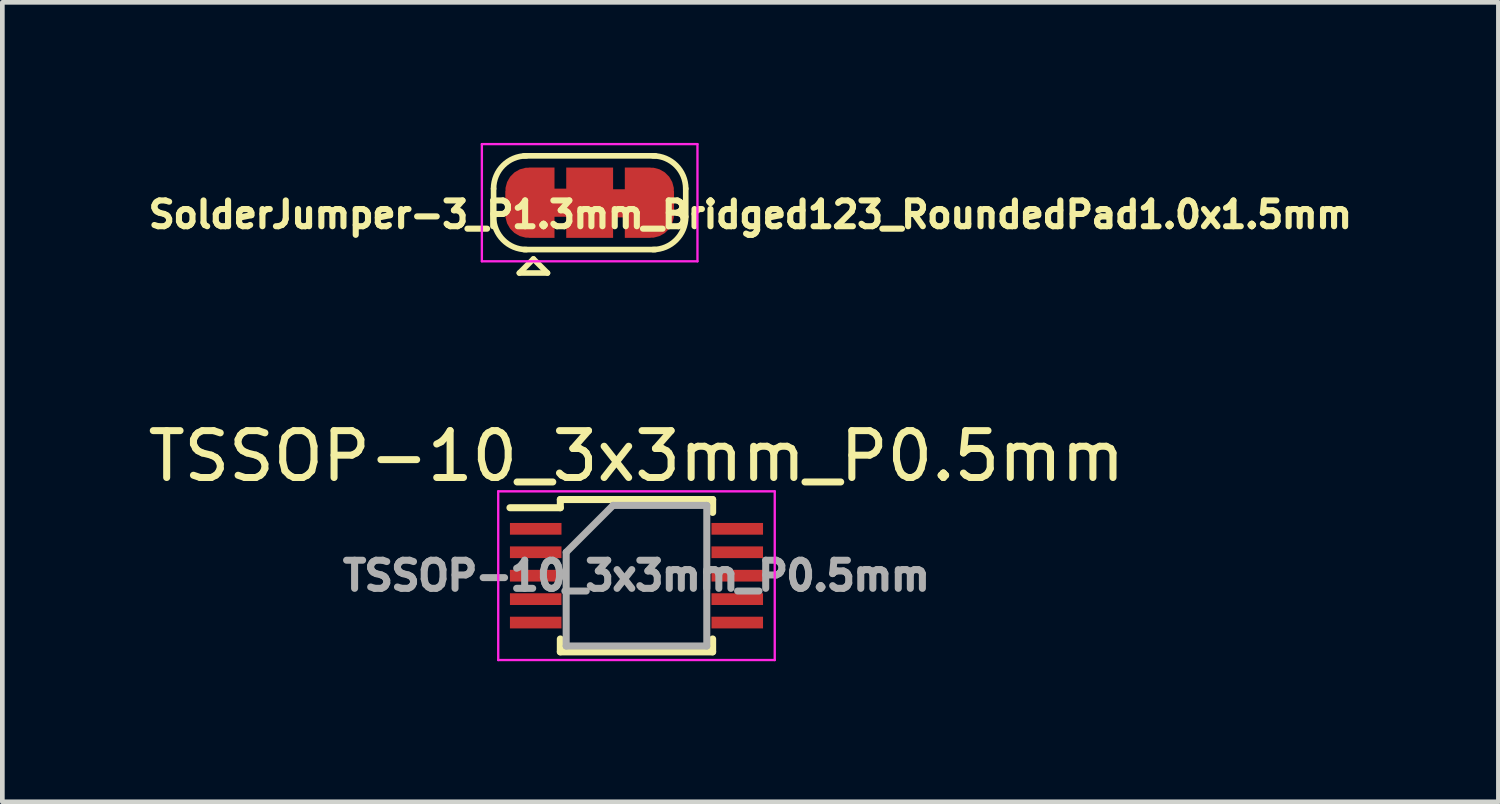
<source format=kicad_pcb>
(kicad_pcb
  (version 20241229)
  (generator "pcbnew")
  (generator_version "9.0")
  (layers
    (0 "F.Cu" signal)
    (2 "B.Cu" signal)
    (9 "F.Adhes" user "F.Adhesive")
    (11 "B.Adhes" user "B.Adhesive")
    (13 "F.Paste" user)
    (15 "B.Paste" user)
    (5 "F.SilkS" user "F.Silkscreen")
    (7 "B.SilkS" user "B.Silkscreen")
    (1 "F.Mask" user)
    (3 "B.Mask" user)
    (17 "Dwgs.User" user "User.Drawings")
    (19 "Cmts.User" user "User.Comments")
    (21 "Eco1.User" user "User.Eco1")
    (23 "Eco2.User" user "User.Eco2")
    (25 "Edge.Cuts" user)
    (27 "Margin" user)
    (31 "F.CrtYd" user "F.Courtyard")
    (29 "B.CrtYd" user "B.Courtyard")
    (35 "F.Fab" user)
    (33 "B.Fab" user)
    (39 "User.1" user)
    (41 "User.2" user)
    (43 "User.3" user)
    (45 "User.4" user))
  (footprint "SolderJumper-3_P1.3mm_Bridged123_RoundedPad1.0x1.5mm"
    (layer "F.Cu")
    (at 9.531 1.275)
    (property "Reference" "SolderJumper-3_P1.3mm_Bridged123_RoundedPad1.0x1.5mm" (at 3.429 0.254 0) (layer "F.SilkS") (effects (font (size 0.55 0.55) (thickness 0.13))))
    (attr exclude_from_pos_files exclude_from_bom)
    (fp_poly (pts (xy -0.9 -0.3) (xy -0.4 -0.3) (xy -0.4 0.3) (xy -0.9 0.3)) (stroke (width 0) (type solid)) (fill yes) (layer "F.Cu"))
    (fp_poly (pts (xy 0.383 -0.287) (xy 0.883 -0.287) (xy 0.883 0.313) (xy 0.383 0.313)) (stroke (width 0) (type solid)) (fill yes) (layer "F.Cu"))
    (fp_line (start -2.05 0.3) (end -2.05 -0.3) (stroke (width 0.12) (type solid)) (layer "F.SilkS"))
    (fp_line (start -1.5 1.5) (end -0.9 1.5) (stroke (width 0.12) (type solid)) (layer "F.SilkS"))
    (fp_line (start -1.4 -1) (end 1.4 -1) (stroke (width 0.12) (type solid)) (layer "F.SilkS"))
    (fp_line (start -1.2 1.2) (end -1.5 1.5) (stroke (width 0.12) (type solid)) (layer "F.SilkS"))
    (fp_line (start -1.2 1.2) (end -0.9 1.5) (stroke (width 0.12) (type solid)) (layer "F.SilkS"))
    (fp_line (start 1.4 1) (end -1.4 1) (stroke (width 0.12) (type solid)) (layer "F.SilkS"))
    (fp_line (start 2.05 -0.3) (end 2.05 0.3) (stroke (width 0.12) (type solid)) (layer "F.SilkS"))
    (fp_arc (start -2.05 -0.3) (mid -1.844975 -0.794975) (end -1.35 -1) (stroke (width 0.12) (type solid)) (layer "F.SilkS"))
    (fp_arc (start -1.35 1) (mid -1.844975 0.794975) (end -2.05 0.3) (stroke (width 0.12) (type solid)) (layer "F.SilkS"))
    (fp_arc (start 1.35 -1) (mid 1.844975 -0.794975) (end 2.05 -0.3) (stroke (width 0.12) (type solid)) (layer "F.SilkS"))
    (fp_arc (start 2.05 0.3) (mid 1.844975 0.794975) (end 1.35 1) (stroke (width 0.12) (type solid)) (layer "F.SilkS"))
    (fp_line (start -2.3 -1.25) (end -2.3 1.25) (stroke (width 0.05) (type solid)) (layer "F.CrtYd"))
    (fp_line (start -2.3 -1.25) (end 2.3 -1.25) (stroke (width 0.05) (type solid)) (layer "F.CrtYd"))
    (fp_line (start 2.3 1.25) (end -2.3 1.25) (stroke (width 0.05) (type solid)) (layer "F.CrtYd"))
    (fp_line (start 2.3 1.25) (end 2.3 -1.25) (stroke (width 0.05) (type solid)) (layer "F.CrtYd"))
    (pad "1" smd custom (at -1.3 0) (size 1 0.5) (layers "F.Cu" "F.Mask") (options (anchor rect)) (primitives (gr_circle (center 0 0.25) (end 0.5 0.25) (width 0) (fill yes)) (gr_circle (center 0 -0.25) (end 0.5 -0.25) (width 0) (fill yes)) (gr_poly (pts (xy 0.55 -0.75) (xy 0 -0.75) (xy 0 0.75) (xy 0.55 0.75)) (width 0) (fill yes))))
    (pad "2" smd rect (at 0 0) (size 1 1.5) (layers "F.Cu" "F.Mask"))
    (pad "3" smd custom (at 1.3 0) (size 1 0.5) (layers "F.Cu" "F.Mask") (options (anchor rect)) (primitives (gr_circle (center 0 0.25) (end 0.5 0.25) (width 0) (fill yes)) (gr_circle (center 0 -0.25) (end 0.5 -0.25) (width 0) (fill yes)) (gr_poly (pts (xy -0.55 -0.75) (xy 0 -0.75) (xy 0 0.75) (xy -0.55 0.75)) (width 0) (fill yes)))))
  (footprint "TSSOP-10_3x3mm_P0.5mm"
    (layer "F.Cu")
    (at 10.53 9.233)
    (property "Reference" "TSSOP-10_3x3mm_P0.5mm" (at 0 -2.55 0) (layer "F.SilkS") (effects (font (size 1 1) (thickness 0.15))))
    (attr smd)
    (fp_line (start -1.625 -1.625) (end -1.625 -1.45) (stroke (width 0.15) (type solid)) (layer "F.SilkS"))
    (fp_line (start -1.625 -1.625) (end 1.625 -1.625) (stroke (width 0.15) (type solid)) (layer "F.SilkS"))
    (fp_line (start -1.625 -1.45) (end -2.7 -1.45) (stroke (width 0.15) (type solid)) (layer "F.SilkS"))
    (fp_line (start -1.625 1.625) (end -1.625 1.35) (stroke (width 0.15) (type solid)) (layer "F.SilkS"))
    (fp_line (start -1.625 1.625) (end 1.625 1.625) (stroke (width 0.15) (type solid)) (layer "F.SilkS"))
    (fp_line (start 1.625 -1.625) (end 1.625 -1.35) (stroke (width 0.15) (type solid)) (layer "F.SilkS"))
    (fp_line (start 1.625 1.625) (end 1.625 1.35) (stroke (width 0.15) (type solid)) (layer "F.SilkS"))
    (fp_line (start -2.95 -1.8) (end -2.95 1.8) (stroke (width 0.05) (type solid)) (layer "F.CrtYd"))
    (fp_line (start -2.95 -1.8) (end 2.95 -1.8) (stroke (width 0.05) (type solid)) (layer "F.CrtYd"))
    (fp_line (start -2.95 1.8) (end 2.95 1.8) (stroke (width 0.05) (type solid)) (layer "F.CrtYd"))
    (fp_line (start 2.95 -1.8) (end 2.95 1.8) (stroke (width 0.05) (type solid)) (layer "F.CrtYd"))
    (fp_line (start -1.5 -0.5) (end -0.5 -1.5) (stroke (width 0.15) (type solid)) (layer "F.Fab"))
    (fp_line (start -1.5 1.5) (end -1.5 -0.5) (stroke (width 0.15) (type solid)) (layer "F.Fab"))
    (fp_line (start -0.5 -1.5) (end 1.5 -1.5) (stroke (width 0.15) (type solid)) (layer "F.Fab"))
    (fp_line (start 1.5 -1.5) (end 1.5 1.5) (stroke (width 0.15) (type solid)) (layer "F.Fab"))
    (fp_line (start 1.5 1.5) (end -1.5 1.5) (stroke (width 0.15) (type solid)) (layer "F.Fab"))
    (fp_text user "${REFERENCE}" (at 0 0 0) (layer "F.Fab") (effects (font (size 0.6 0.6) (thickness 0.15))))
    (pad "1" smd rect (at -2.15 -1) (size 1.1 0.25) (layers "F.Cu" "F.Mask" "F.Paste"))
    (pad "2" smd rect (at -2.15 -0.5) (size 1.1 0.25) (layers "F.Cu" "F.Mask" "F.Paste"))
    (pad "3" smd rect (at -2.15 0) (size 1.1 0.25) (layers "F.Cu" "F.Mask" "F.Paste"))
    (pad "4" smd rect (at -2.15 0.5) (size 1.1 0.25) (layers "F.Cu" "F.Mask" "F.Paste"))
    (pad "5" smd rect (at -2.15 1) (size 1.1 0.25) (layers "F.Cu" "F.Mask" "F.Paste"))
    (pad "6" smd rect (at 2.15 1) (size 1.1 0.25) (layers "F.Cu" "F.Mask" "F.Paste"))
    (pad "7" smd rect (at 2.15 0.5) (size 1.1 0.25) (layers "F.Cu" "F.Mask" "F.Paste"))
    (pad "8" smd rect (at 2.15 0) (size 1.1 0.25) (layers "F.Cu" "F.Mask" "F.Paste"))
    (pad "9" smd rect (at 2.15 -0.5) (size 1.1 0.25) (layers "F.Cu" "F.Mask" "F.Paste"))
    (pad "10" smd rect (at 2.15 -1) (size 1.1 0.25) (layers "F.Cu" "F.Mask" "F.Paste")))
  (gr_rect
    (start -3 -3)
    (end 28.92 14.058)
    (stroke (width 0.1) (type default))
    (fill no)
    (layer "Edge.Cuts")))
</source>
